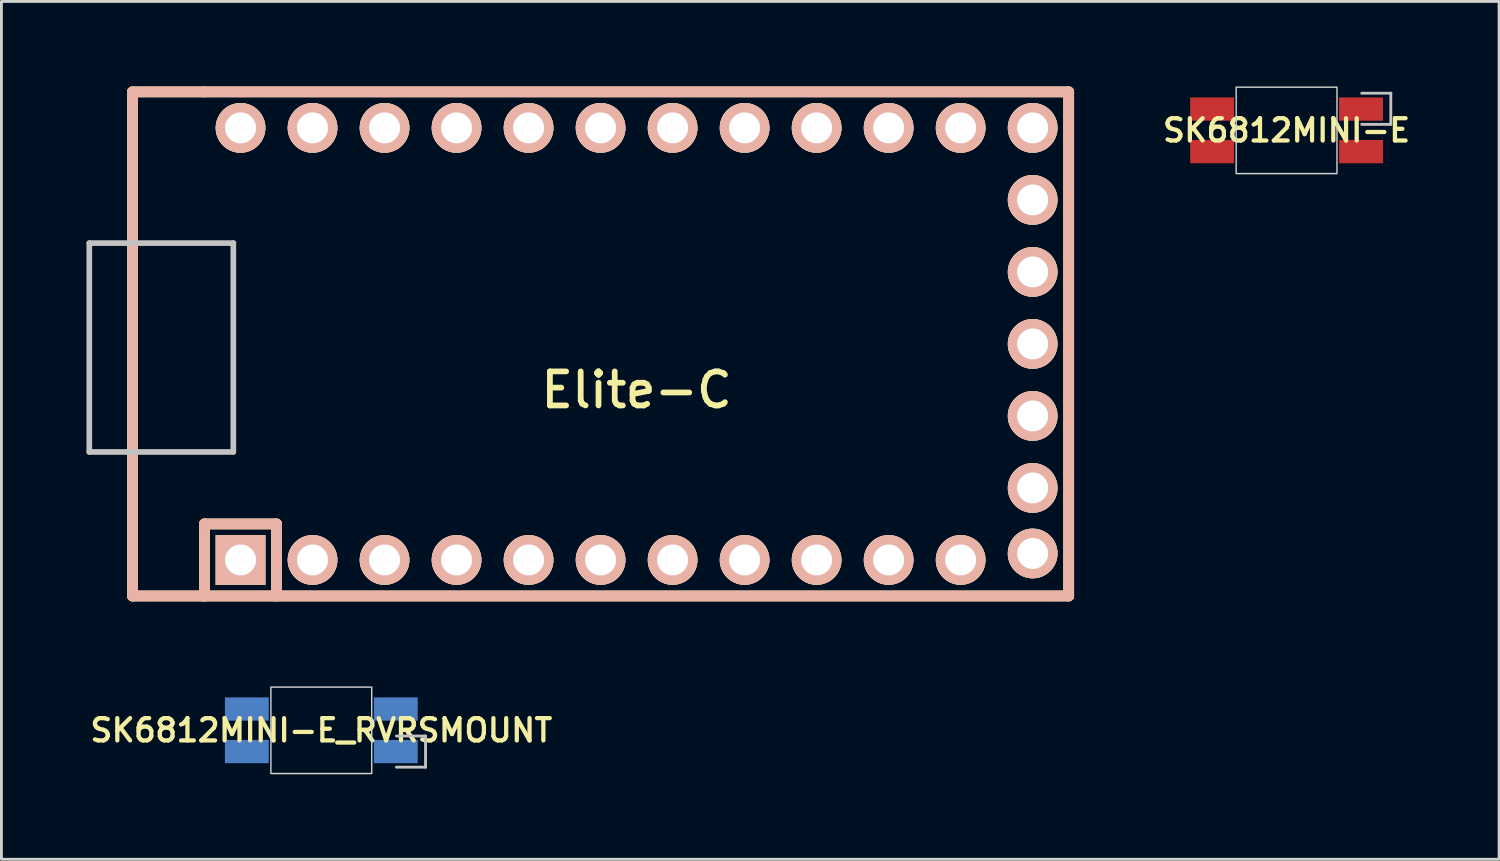
<source format=kicad_pcb>
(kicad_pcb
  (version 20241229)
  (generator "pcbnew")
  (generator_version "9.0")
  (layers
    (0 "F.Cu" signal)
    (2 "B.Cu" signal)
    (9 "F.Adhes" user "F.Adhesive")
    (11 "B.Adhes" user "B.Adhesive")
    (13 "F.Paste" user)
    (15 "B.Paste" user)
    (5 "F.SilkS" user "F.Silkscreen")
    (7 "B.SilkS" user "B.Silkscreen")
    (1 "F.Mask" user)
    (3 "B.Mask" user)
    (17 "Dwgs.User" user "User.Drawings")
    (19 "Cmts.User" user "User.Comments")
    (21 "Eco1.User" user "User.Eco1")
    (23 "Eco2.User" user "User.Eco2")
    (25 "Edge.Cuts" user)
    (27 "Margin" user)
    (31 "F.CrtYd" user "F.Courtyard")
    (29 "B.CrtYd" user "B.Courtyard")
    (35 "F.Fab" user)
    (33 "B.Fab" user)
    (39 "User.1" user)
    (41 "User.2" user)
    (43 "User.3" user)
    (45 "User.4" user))
  (footprint "Elite-C"
    (layer "F.Cu")
    (at 19.404 9.081)
    (property "Reference" "Elite-C" (at 0 1.625 0) (layer "F.SilkS") (effects (font (size 1.2 1.2) (thickness 0.203))))
    (attr through_hole)
    (fp_line (start -17.78 -8.89) (end -17.78 8.89) (stroke (width 0.381) (type solid)) (layer "F.SilkS"))
    (fp_line (start -17.78 8.89) (end -15.24 8.89) (stroke (width 0.381) (type solid)) (layer "F.SilkS"))
    (fp_line (start -15.24 -8.89) (end -17.78 -8.89) (stroke (width 0.381) (type solid)) (layer "F.SilkS"))
    (fp_line (start -15.24 6.35) (end -15.24 8.89) (stroke (width 0.381) (type solid)) (layer "F.SilkS"))
    (fp_line (start -15.24 6.35) (end -12.7 6.35) (stroke (width 0.381) (type solid)) (layer "F.SilkS"))
    (fp_line (start -15.24 8.89) (end 15.24 8.89) (stroke (width 0.381) (type solid)) (layer "F.SilkS"))
    (fp_line (start -12.7 6.35) (end -12.7 8.89) (stroke (width 0.381) (type solid)) (layer "F.SilkS"))
    (fp_line (start 15.24 -8.89) (end -15.24 -8.89) (stroke (width 0.381) (type solid)) (layer "F.SilkS"))
    (fp_line (start 15.24 8.89) (end 15.24 -8.89) (stroke (width 0.381) (type solid)) (layer "F.SilkS"))
    (fp_line (start -17.78 -8.89) (end -17.78 8.89) (stroke (width 0.381) (type solid)) (layer "B.SilkS"))
    (fp_line (start -17.78 8.89) (end 15.24 8.89) (stroke (width 0.381) (type solid)) (layer "B.SilkS"))
    (fp_line (start -15.24 6.35) (end -15.24 8.89) (stroke (width 0.381) (type solid)) (layer "B.SilkS"))
    (fp_line (start -15.24 6.35) (end -12.7 6.35) (stroke (width 0.381) (type solid)) (layer "B.SilkS"))
    (fp_line (start -12.7 6.35) (end -12.7 8.89) (stroke (width 0.381) (type solid)) (layer "B.SilkS"))
    (fp_line (start 15.24 -8.89) (end -17.78 -8.89) (stroke (width 0.381) (type solid)) (layer "B.SilkS"))
    (fp_line (start 15.24 8.89) (end 15.24 -8.89) (stroke (width 0.381) (type solid)) (layer "B.SilkS"))
    (fp_line (start -19.304 -3.556) (end -14.224 -3.556) (stroke (width 0.2) (type solid)) (layer "Dwgs.User"))
    (fp_line (start -19.304 3.81) (end -19.304 -3.556) (stroke (width 0.2) (type solid)) (layer "Dwgs.User"))
    (fp_line (start -14.224 -3.556) (end -14.224 3.81) (stroke (width 0.2) (type solid)) (layer "Dwgs.User"))
    (fp_line (start -14.224 3.81) (end -19.304 3.81) (stroke (width 0.2) (type solid)) (layer "Dwgs.User"))
    (pad "1" thru_hole rect (at -13.97 7.62) (size 1.753 1.753) (drill 1.092) (layers "*.Cu" "*.SilkS" "*.Mask"))
    (pad "2" thru_hole circle (at -11.43 7.62) (size 1.753 1.753) (drill 1.092) (layers "*.Cu" "*.SilkS" "*.Mask"))
    (pad "3" thru_hole circle (at -8.89 7.62) (size 1.753 1.753) (drill 1.092) (layers "*.Cu" "*.SilkS" "*.Mask"))
    (pad "4" thru_hole circle (at -6.35 7.62) (size 1.753 1.753) (drill 1.092) (layers "*.Cu" "*.SilkS" "*.Mask"))
    (pad "5" thru_hole circle (at -3.81 7.62) (size 1.753 1.753) (drill 1.092) (layers "*.Cu" "*.SilkS" "*.Mask"))
    (pad "6" thru_hole circle (at -1.27 7.62) (size 1.753 1.753) (drill 1.092) (layers "*.Cu" "*.SilkS" "*.Mask"))
    (pad "7" thru_hole circle (at 1.27 7.62) (size 1.753 1.753) (drill 1.092) (layers "*.Cu" "*.SilkS" "*.Mask"))
    (pad "8" thru_hole circle (at 3.81 7.62) (size 1.753 1.753) (drill 1.092) (layers "*.Cu" "*.SilkS" "*.Mask"))
    (pad "9" thru_hole circle (at 6.35 7.62) (size 1.753 1.753) (drill 1.092) (layers "*.Cu" "*.SilkS" "*.Mask"))
    (pad "10" thru_hole circle (at 8.89 7.62) (size 1.753 1.753) (drill 1.092) (layers "*.Cu" "*.SilkS" "*.Mask"))
    (pad "11" thru_hole circle (at 11.43 7.62) (size 1.753 1.753) (drill 1.092) (layers "*.Cu" "*.SilkS" "*.Mask"))
    (pad "12" thru_hole circle (at 13.97 7.391) (size 1.753 1.753) (drill 1.092) (layers "*.Cu" "*.SilkS" "*.Mask"))
    (pad "13" thru_hole circle (at 13.97 -7.62) (size 1.753 1.753) (drill 1.092) (layers "*.Cu" "*.SilkS" "*.Mask"))
    (pad "14" thru_hole circle (at 11.43 -7.62) (size 1.753 1.753) (drill 1.092) (layers "*.Cu" "*.SilkS" "*.Mask"))
    (pad "15" thru_hole circle (at 8.89 -7.62) (size 1.753 1.753) (drill 1.092) (layers "*.Cu" "*.SilkS" "*.Mask"))
    (pad "16" thru_hole circle (at 6.35 -7.62) (size 1.753 1.753) (drill 1.092) (layers "*.Cu" "*.SilkS" "*.Mask"))
    (pad "17" thru_hole circle (at 3.81 -7.62) (size 1.753 1.753) (drill 1.092) (layers "*.Cu" "*.SilkS" "*.Mask"))
    (pad "18" thru_hole circle (at 1.27 -7.62) (size 1.753 1.753) (drill 1.092) (layers "*.Cu" "*.SilkS" "*.Mask"))
    (pad "19" thru_hole circle (at -1.27 -7.62) (size 1.753 1.753) (drill 1.092) (layers "*.Cu" "*.SilkS" "*.Mask"))
    (pad "20" thru_hole circle (at -3.81 -7.62) (size 1.753 1.753) (drill 1.092) (layers "*.Cu" "*.SilkS" "*.Mask"))
    (pad "21" thru_hole circle (at -6.35 -7.62) (size 1.753 1.753) (drill 1.092) (layers "*.Cu" "*.SilkS" "*.Mask"))
    (pad "22" thru_hole circle (at -8.89 -7.62) (size 1.753 1.753) (drill 1.092) (layers "*.Cu" "*.SilkS" "*.Mask"))
    (pad "23" thru_hole circle (at -11.43 -7.62) (size 1.753 1.753) (drill 1.092) (layers "*.Cu" "*.SilkS" "*.Mask"))
    (pad "24" thru_hole circle (at -13.97 -7.62) (size 1.753 1.753) (drill 1.092) (layers "*.Cu" "*.SilkS" "*.Mask"))
    (pad "25" thru_hole circle (at 13.97 5.08) (size 1.753 1.753) (drill 1.092) (layers "*.Cu" "*.SilkS" "*.Mask"))
    (pad "26" thru_hole circle (at 13.97 2.54) (size 1.753 1.753) (drill 1.092) (layers "*.Cu" "*.SilkS" "*.Mask"))
    (pad "27" thru_hole circle (at 13.97 0) (size 1.753 1.753) (drill 1.092) (layers "*.Cu" "*.SilkS" "*.Mask"))
    (pad "28" thru_hole circle (at 13.97 -2.54) (size 1.753 1.753) (drill 1.092) (layers "*.Cu" "*.SilkS" "*.Mask"))
    (pad "29" thru_hole circle (at 13.97 -5.08) (size 1.753 1.753) (drill 1.092) (layers "*.Cu" "*.SilkS" "*.Mask")))
  (footprint "SK6812MINI-E"
    (layer "F.Cu")
    (at 42.33 1.549)
    (property "Reference" "SK6812MINI-E" (at 0 0 0) (layer "F.SilkS") (effects (font (size 0.787 0.787) (thickness 0.15))))
    (attr smd)
    (fp_line (start 2.65 -0.212) (end 3.677 -0.212) (stroke (width 0.1) (type solid)) (layer "Dwgs.User"))
    (fp_line (start 3.677 -1.312) (end 2.65 -1.312) (stroke (width 0.1) (type solid)) (layer "Dwgs.User"))
    (fp_line (start 3.677 -0.212) (end 3.677 -1.312) (stroke (width 0.1) (type solid)) (layer "Dwgs.User"))
    (fp_rect (start -1.778 -1.524) (end 1.778 1.524) (stroke (width 0.05) (type default)) (fill no) (layer "Edge.Cuts"))
    (pad "1" smd custom (at -2.628 0.75) (size 1.35 0.635) (layers "F.Cu" "F.Mask" "F.Paste") (options (anchor rect)) (primitives (gr_poly (pts (xy -0.772 -0.41) (xy -0.772 0.41) (xy 0.774 0.41) (xy 0.774 -0.41)) (width 0.001) (fill yes))))
    (pad "2" smd custom (at -2.628 -0.75) (size 1.35 0.635) (layers "F.Cu" "F.Mask" "F.Paste") (options (anchor rect)) (primitives (gr_poly (pts (xy 0.774 0.41) (xy -0.772 0.41) (xy -0.772 -0.41) (xy 0.774 -0.41)) (width 0.001) (fill yes))))
    (pad "3" smd custom (at 2.628 -0.75) (size 1.35 0.635) (layers "F.Cu" "F.Mask" "F.Paste") (options (anchor rect)) (primitives (gr_poly (pts (xy -0.774 -0.41) (xy -0.774 0.41) (xy 0.772 0.41) (xy 0.772 -0.41)) (width 0.001) (fill yes))))
    (pad "4" smd custom (at 2.628 0.75) (size 1.35 0.635) (layers "F.Cu" "F.Mask" "F.Paste") (options (anchor rect)) (primitives (gr_poly (pts (xy 0.772 -0.41) (xy 0.772 0.41) (xy -0.774 0.41) (xy -0.774 -0.41)) (width 0.001) (fill yes)))))
  (footprint "SK6812MINI-E_RVRSMOUNT"
    (layer "F.Cu")
    (at 8.283 22.71)
    (property "Reference" "SK6812MINI-E_RVRSMOUNT" (at 0 0 0) (layer "F.SilkS") (effects (font (size 0.787 0.787) (thickness 0.15))))
    (attr smd)
    (fp_line (start 2.65 1.3) (end 3.677 1.3) (stroke (width 0.1) (type solid)) (layer "Dwgs.User"))
    (fp_line (start 3.677 0.2) (end 2.65 0.2) (stroke (width 0.1) (type solid)) (layer "Dwgs.User"))
    (fp_line (start 3.677 1.3) (end 3.677 0.2) (stroke (width 0.1) (type solid)) (layer "Dwgs.User"))
    (fp_rect (start -1.778 -1.524) (end 1.778 1.524) (stroke (width 0.05) (type default)) (fill no) (layer "Edge.Cuts"))
    (pad "1" smd custom (at -2.628 -0.75) (size 1.35 0.635) (layers "B.Cu" "B.Mask" "B.Paste") (options (anchor rect)) (primitives (gr_poly (pts (xy 0.774 0.41) (xy -0.772 0.41) (xy -0.772 -0.41) (xy 0.774 -0.41)) (width 0.001) (fill yes))))
    (pad "2" smd custom (at -2.628 0.75) (size 1.35 0.635) (layers "B.Cu" "B.Mask" "B.Paste") (options (anchor rect)) (primitives (gr_poly (pts (xy -0.772 -0.41) (xy -0.772 0.41) (xy 0.774 0.41) (xy 0.774 -0.41)) (width 0.001) (fill yes))))
    (pad "3" smd custom (at 2.628 0.75) (size 1.35 0.635) (layers "B.Cu" "B.Mask" "B.Paste") (options (anchor rect)) (primitives (gr_poly (pts (xy 0.772 -0.41) (xy 0.772 0.41) (xy -0.774 0.41) (xy -0.774 -0.41)) (width 0.001) (fill yes))))
    (pad "4" smd custom (at 2.628 -0.75) (size 1.35 0.635) (layers "B.Cu" "B.Mask" "B.Paste") (options (anchor rect)) (primitives (gr_poly (pts (xy -0.774 -0.41) (xy -0.774 0.41) (xy 0.772 0.41) (xy 0.772 -0.41)) (width 0.001) (fill yes)))))
  (gr_rect
    (start -3 -3)
    (end 49.826 27.259)
    (stroke (width 0.1) (type default))
    (fill no)
    (layer "Edge.Cuts")))
</source>
